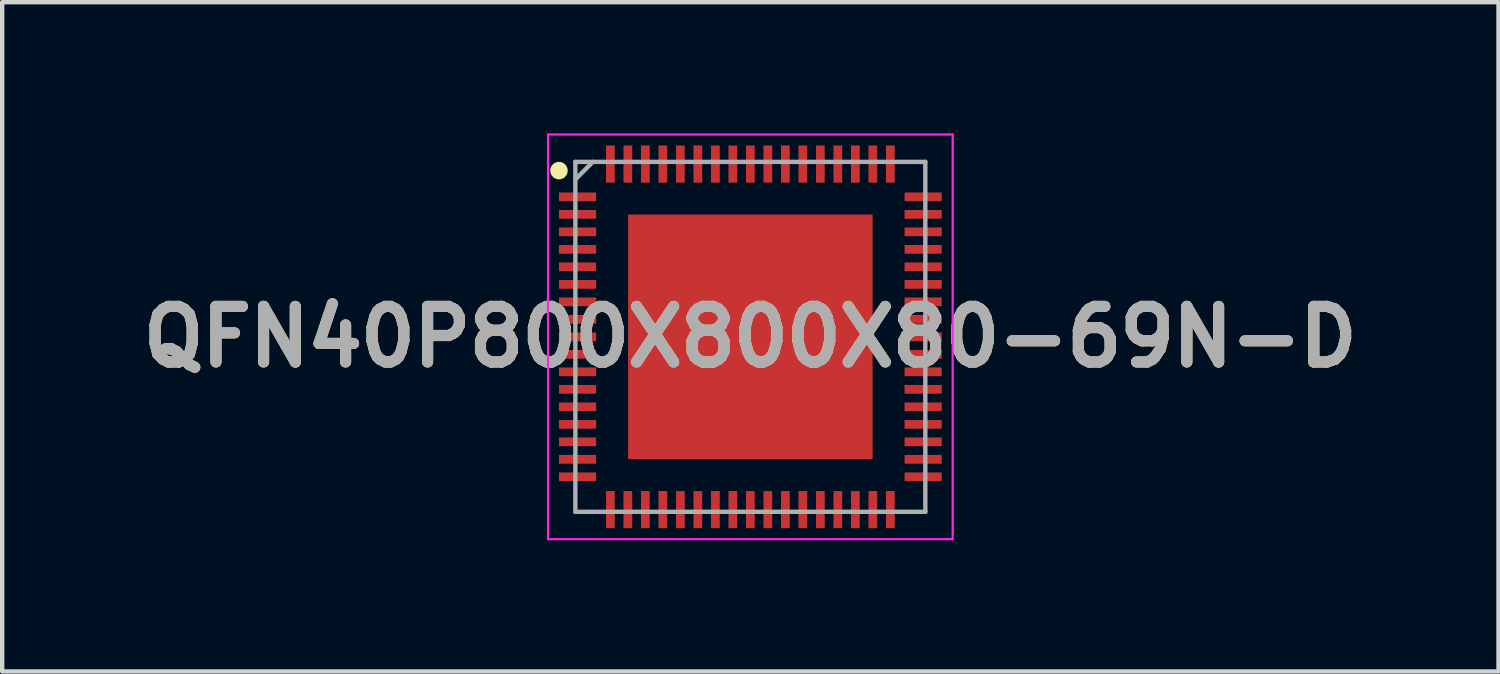
<source format=kicad_pcb>
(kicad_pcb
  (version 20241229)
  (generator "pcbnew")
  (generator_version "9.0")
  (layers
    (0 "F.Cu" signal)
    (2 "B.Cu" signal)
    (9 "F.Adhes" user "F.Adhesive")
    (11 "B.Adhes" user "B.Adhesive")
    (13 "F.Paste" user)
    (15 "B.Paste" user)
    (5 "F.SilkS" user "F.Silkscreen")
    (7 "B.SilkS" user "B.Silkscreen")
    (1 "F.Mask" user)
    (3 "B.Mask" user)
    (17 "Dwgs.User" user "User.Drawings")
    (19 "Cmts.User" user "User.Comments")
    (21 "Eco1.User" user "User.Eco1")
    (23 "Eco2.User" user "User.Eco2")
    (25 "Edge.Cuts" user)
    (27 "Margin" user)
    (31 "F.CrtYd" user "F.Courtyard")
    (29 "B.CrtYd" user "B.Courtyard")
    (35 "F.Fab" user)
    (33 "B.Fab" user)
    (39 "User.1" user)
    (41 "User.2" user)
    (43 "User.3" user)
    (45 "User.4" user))
  (footprint "QFN40P800X800X80-69N-D"
    (layer "F.Cu")
    (at 14.103 4.65)
    (property "Reference" "QFN40P800X800X80-69N-D" (at 0 0 0) (layer "F.SilkS") (effects (font (size 1.27 1.27) (thickness 0.254))))
    (attr smd)
    (fp_circle (center -4.375 -3.8) (end -4.375 -3.7) (stroke (width 0.2) (type solid)) (fill no) (layer "F.SilkS"))
    (fp_line (start -4.625 -4.625) (end 4.625 -4.625) (stroke (width 0.05) (type solid)) (layer "F.CrtYd"))
    (fp_line (start -4.625 4.625) (end -4.625 -4.625) (stroke (width 0.05) (type solid)) (layer "F.CrtYd"))
    (fp_line (start 4.625 -4.625) (end 4.625 4.625) (stroke (width 0.05) (type solid)) (layer "F.CrtYd"))
    (fp_line (start 4.625 4.625) (end -4.625 4.625) (stroke (width 0.05) (type solid)) (layer "F.CrtYd"))
    (fp_line (start -4 -4) (end 4 -4) (stroke (width 0.1) (type solid)) (layer "F.Fab"))
    (fp_line (start -4 -3.6) (end -3.6 -4) (stroke (width 0.1) (type solid)) (layer "F.Fab"))
    (fp_line (start -4 4) (end -4 -4) (stroke (width 0.1) (type solid)) (layer "F.Fab"))
    (fp_line (start 4 -4) (end 4 4) (stroke (width 0.1) (type solid)) (layer "F.Fab"))
    (fp_line (start 4 4) (end -4 4) (stroke (width 0.1) (type solid)) (layer "F.Fab"))
    (fp_text user "${REFERENCE}" (at 0 0 0) (layer "F.Fab") (effects (font (size 1.27 1.27) (thickness 0.254))))
    (pad "1" smd rect (at -3.95 -3.2 90) (size 0.2 0.85) (layers "F.Cu" "F.Mask" "F.Paste"))
    (pad "2" smd rect (at -3.95 -2.8 90) (size 0.2 0.85) (layers "F.Cu" "F.Mask" "F.Paste"))
    (pad "3" smd rect (at -3.95 -2.4 90) (size 0.2 0.85) (layers "F.Cu" "F.Mask" "F.Paste"))
    (pad "4" smd rect (at -3.95 -2 90) (size 0.2 0.85) (layers "F.Cu" "F.Mask" "F.Paste"))
    (pad "5" smd rect (at -3.95 -1.6 90) (size 0.2 0.85) (layers "F.Cu" "F.Mask" "F.Paste"))
    (pad "6" smd rect (at -3.95 -1.2 90) (size 0.2 0.85) (layers "F.Cu" "F.Mask" "F.Paste"))
    (pad "7" smd rect (at -3.95 -0.8 90) (size 0.2 0.85) (layers "F.Cu" "F.Mask" "F.Paste"))
    (pad "8" smd rect (at -3.95 -0.4 90) (size 0.2 0.85) (layers "F.Cu" "F.Mask" "F.Paste"))
    (pad "9" smd rect (at -3.95 0 90) (size 0.2 0.85) (layers "F.Cu" "F.Mask" "F.Paste"))
    (pad "10" smd rect (at -3.95 0.4 90) (size 0.2 0.85) (layers "F.Cu" "F.Mask" "F.Paste"))
    (pad "11" smd rect (at -3.95 0.8 90) (size 0.2 0.85) (layers "F.Cu" "F.Mask" "F.Paste"))
    (pad "12" smd rect (at -3.95 1.2 90) (size 0.2 0.85) (layers "F.Cu" "F.Mask" "F.Paste"))
    (pad "13" smd rect (at -3.95 1.6 90) (size 0.2 0.85) (layers "F.Cu" "F.Mask" "F.Paste"))
    (pad "14" smd rect (at -3.95 2 90) (size 0.2 0.85) (layers "F.Cu" "F.Mask" "F.Paste"))
    (pad "15" smd rect (at -3.95 2.4 90) (size 0.2 0.85) (layers "F.Cu" "F.Mask" "F.Paste"))
    (pad "16" smd rect (at -3.95 2.8 90) (size 0.2 0.85) (layers "F.Cu" "F.Mask" "F.Paste"))
    (pad "17" smd rect (at -3.95 3.2 90) (size 0.2 0.85) (layers "F.Cu" "F.Mask" "F.Paste"))
    (pad "18" smd rect (at -3.2 3.95) (size 0.2 0.85) (layers "F.Cu" "F.Mask" "F.Paste"))
    (pad "19" smd rect (at -2.8 3.95) (size 0.2 0.85) (layers "F.Cu" "F.Mask" "F.Paste"))
    (pad "20" smd rect (at -2.4 3.95) (size 0.2 0.85) (layers "F.Cu" "F.Mask" "F.Paste"))
    (pad "21" smd rect (at -2 3.95) (size 0.2 0.85) (layers "F.Cu" "F.Mask" "F.Paste"))
    (pad "22" smd rect (at -1.6 3.95) (size 0.2 0.85) (layers "F.Cu" "F.Mask" "F.Paste"))
    (pad "23" smd rect (at -1.2 3.95) (size 0.2 0.85) (layers "F.Cu" "F.Mask" "F.Paste"))
    (pad "24" smd rect (at -0.8 3.95) (size 0.2 0.85) (layers "F.Cu" "F.Mask" "F.Paste"))
    (pad "25" smd rect (at -0.4 3.95) (size 0.2 0.85) (layers "F.Cu" "F.Mask" "F.Paste"))
    (pad "26" smd rect (at 0 3.95) (size 0.2 0.85) (layers "F.Cu" "F.Mask" "F.Paste"))
    (pad "27" smd rect (at 0.4 3.95) (size 0.2 0.85) (layers "F.Cu" "F.Mask" "F.Paste"))
    (pad "28" smd rect (at 0.8 3.95) (size 0.2 0.85) (layers "F.Cu" "F.Mask" "F.Paste"))
    (pad "29" smd rect (at 1.2 3.95) (size 0.2 0.85) (layers "F.Cu" "F.Mask" "F.Paste"))
    (pad "30" smd rect (at 1.6 3.95) (size 0.2 0.85) (layers "F.Cu" "F.Mask" "F.Paste"))
    (pad "31" smd rect (at 2 3.95) (size 0.2 0.85) (layers "F.Cu" "F.Mask" "F.Paste"))
    (pad "32" smd rect (at 2.4 3.95) (size 0.2 0.85) (layers "F.Cu" "F.Mask" "F.Paste"))
    (pad "33" smd rect (at 2.8 3.95) (size 0.2 0.85) (layers "F.Cu" "F.Mask" "F.Paste"))
    (pad "34" smd rect (at 3.2 3.95) (size 0.2 0.85) (layers "F.Cu" "F.Mask" "F.Paste"))
    (pad "35" smd rect (at 3.95 3.2 90) (size 0.2 0.85) (layers "F.Cu" "F.Mask" "F.Paste"))
    (pad "36" smd rect (at 3.95 2.8 90) (size 0.2 0.85) (layers "F.Cu" "F.Mask" "F.Paste"))
    (pad "37" smd rect (at 3.95 2.4 90) (size 0.2 0.85) (layers "F.Cu" "F.Mask" "F.Paste"))
    (pad "38" smd rect (at 3.95 2 90) (size 0.2 0.85) (layers "F.Cu" "F.Mask" "F.Paste"))
    (pad "39" smd rect (at 3.95 1.6 90) (size 0.2 0.85) (layers "F.Cu" "F.Mask" "F.Paste"))
    (pad "40" smd rect (at 3.95 1.2 90) (size 0.2 0.85) (layers "F.Cu" "F.Mask" "F.Paste"))
    (pad "41" smd rect (at 3.95 0.8 90) (size 0.2 0.85) (layers "F.Cu" "F.Mask" "F.Paste"))
    (pad "42" smd rect (at 3.95 0.4 90) (size 0.2 0.85) (layers "F.Cu" "F.Mask" "F.Paste"))
    (pad "43" smd rect (at 3.95 0 90) (size 0.2 0.85) (layers "F.Cu" "F.Mask" "F.Paste"))
    (pad "44" smd rect (at 3.95 -0.4 90) (size 0.2 0.85) (layers "F.Cu" "F.Mask" "F.Paste"))
    (pad "45" smd rect (at 3.95 -0.8 90) (size 0.2 0.85) (layers "F.Cu" "F.Mask" "F.Paste"))
    (pad "46" smd rect (at 3.95 -1.2 90) (size 0.2 0.85) (layers "F.Cu" "F.Mask" "F.Paste"))
    (pad "47" smd rect (at 3.95 -1.6 90) (size 0.2 0.85) (layers "F.Cu" "F.Mask" "F.Paste"))
    (pad "48" smd rect (at 3.95 -2 90) (size 0.2 0.85) (layers "F.Cu" "F.Mask" "F.Paste"))
    (pad "49" smd rect (at 3.95 -2.4 90) (size 0.2 0.85) (layers "F.Cu" "F.Mask" "F.Paste"))
    (pad "50" smd rect (at 3.95 -2.8 90) (size 0.2 0.85) (layers "F.Cu" "F.Mask" "F.Paste"))
    (pad "51" smd rect (at 3.95 -3.2 90) (size 0.2 0.85) (layers "F.Cu" "F.Mask" "F.Paste"))
    (pad "52" smd rect (at 3.2 -3.95) (size 0.2 0.85) (layers "F.Cu" "F.Mask" "F.Paste"))
    (pad "53" smd rect (at 2.8 -3.95) (size 0.2 0.85) (layers "F.Cu" "F.Mask" "F.Paste"))
    (pad "54" smd rect (at 2.4 -3.95) (size 0.2 0.85) (layers "F.Cu" "F.Mask" "F.Paste"))
    (pad "55" smd rect (at 2 -3.95) (size 0.2 0.85) (layers "F.Cu" "F.Mask" "F.Paste"))
    (pad "56" smd rect (at 1.6 -3.95) (size 0.2 0.85) (layers "F.Cu" "F.Mask" "F.Paste"))
    (pad "57" smd rect (at 1.2 -3.95) (size 0.2 0.85) (layers "F.Cu" "F.Mask" "F.Paste"))
    (pad "58" smd rect (at 0.8 -3.95) (size 0.2 0.85) (layers "F.Cu" "F.Mask" "F.Paste"))
    (pad "59" smd rect (at 0.4 -3.95) (size 0.2 0.85) (layers "F.Cu" "F.Mask" "F.Paste"))
    (pad "60" smd rect (at 0 -3.95) (size 0.2 0.85) (layers "F.Cu" "F.Mask" "F.Paste"))
    (pad "61" smd rect (at -0.4 -3.95) (size 0.2 0.85) (layers "F.Cu" "F.Mask" "F.Paste"))
    (pad "62" smd rect (at -0.8 -3.95) (size 0.2 0.85) (layers "F.Cu" "F.Mask" "F.Paste"))
    (pad "63" smd rect (at -1.2 -3.95) (size 0.2 0.85) (layers "F.Cu" "F.Mask" "F.Paste"))
    (pad "64" smd rect (at -1.6 -3.95) (size 0.2 0.85) (layers "F.Cu" "F.Mask" "F.Paste"))
    (pad "65" smd rect (at -2 -3.95) (size 0.2 0.85) (layers "F.Cu" "F.Mask" "F.Paste"))
    (pad "66" smd rect (at -2.4 -3.95) (size 0.2 0.85) (layers "F.Cu" "F.Mask" "F.Paste"))
    (pad "67" smd rect (at -2.8 -3.95) (size 0.2 0.85) (layers "F.Cu" "F.Mask" "F.Paste"))
    (pad "68" smd rect (at -3.2 -3.95) (size 0.2 0.85) (layers "F.Cu" "F.Mask" "F.Paste"))
    (pad "69" smd rect (at 0 0) (size 5.59 5.59) (layers "F.Cu" "F.Mask" "F.Paste")))
  (gr_rect
    (start -3 -3)
    (end 31.206 12.3)
    (stroke (width 0.1) (type default))
    (fill no)
    (layer "Edge.Cuts")))
</source>
